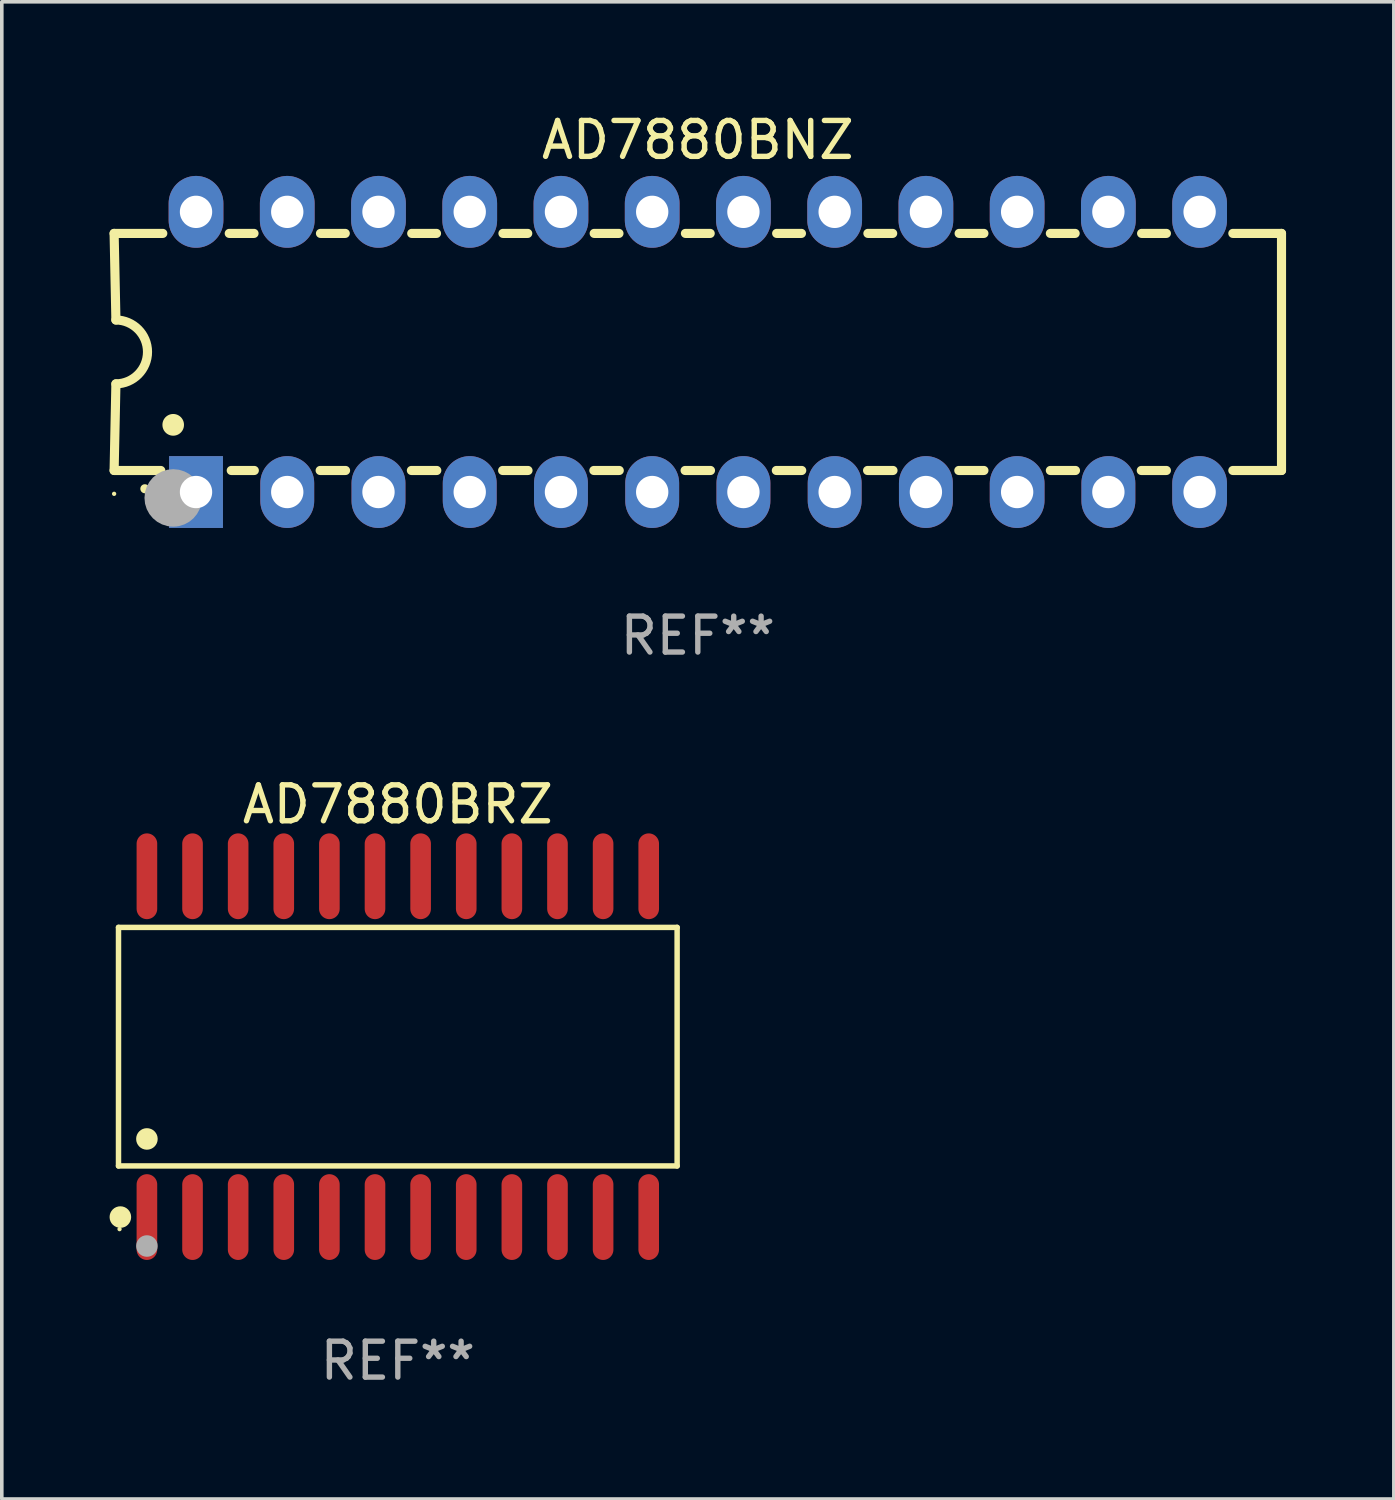
<source format=kicad_pcb>
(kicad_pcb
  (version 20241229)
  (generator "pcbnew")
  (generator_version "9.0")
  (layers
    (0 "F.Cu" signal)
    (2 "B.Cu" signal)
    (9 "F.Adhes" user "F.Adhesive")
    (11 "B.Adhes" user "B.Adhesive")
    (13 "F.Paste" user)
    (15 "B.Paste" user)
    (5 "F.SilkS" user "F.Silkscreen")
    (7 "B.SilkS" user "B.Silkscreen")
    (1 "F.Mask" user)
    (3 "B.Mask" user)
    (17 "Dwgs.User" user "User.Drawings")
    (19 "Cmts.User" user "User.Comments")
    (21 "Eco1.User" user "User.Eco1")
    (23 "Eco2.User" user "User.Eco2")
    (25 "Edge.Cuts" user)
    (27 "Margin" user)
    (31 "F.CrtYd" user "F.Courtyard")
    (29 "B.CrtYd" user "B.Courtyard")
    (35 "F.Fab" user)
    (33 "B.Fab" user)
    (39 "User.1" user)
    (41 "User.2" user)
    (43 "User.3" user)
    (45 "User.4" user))
  (footprint "AD7880BRZ"
    (layer "F.Cu")
    (at 8.025 26.089)
    (property "Reference" "AD7880BRZ" (at 0 -6.744 0) (layer "F.SilkS") (effects (font (size 1 1) (thickness 0.15))))
    (attr through_hole)
    (fp_line (start -7.776 -3.321) (end 7.776 -3.321) (stroke (width 0.152) (type solid)) (layer "F.SilkS"))
    (fp_line (start -7.776 3.321) (end -7.776 -3.321) (stroke (width 0.152) (type solid)) (layer "F.SilkS"))
    (fp_line (start 7.776 -3.321) (end 7.776 3.321) (stroke (width 0.152) (type solid)) (layer "F.SilkS"))
    (fp_line (start 7.776 3.321) (end -7.776 3.321) (stroke (width 0.152) (type solid)) (layer "F.SilkS"))
    (fp_circle (center -7.747 5.08) (end -7.717 5.08) (stroke (width 0.06) (type solid)) (fill no) (layer "F.SilkS"))
    (fp_circle (center -7.724 4.744) (end -7.574 4.744) (stroke (width 0.3) (type solid)) (fill no) (layer "F.SilkS"))
    (fp_circle (center -6.985 2.569) (end -6.835 2.569) (stroke (width 0.3) (type solid)) (fill no) (layer "F.SilkS"))
    (fp_circle (center -6.985 5.55) (end -6.835 5.55) (stroke (width 0.3) (type solid)) (fill no) (layer "F.Fab"))
    (fp_text user "REF**" (at 0 8.744 0) (layer "F.Fab") (effects (font (size 1 1) (thickness 0.15))))
    (pad "1" smd oval (at -6.985 4.744) (size 0.574 2.388) (layers "F.Cu" "F.Mask" "F.Paste"))
    (pad "2" smd oval (at -5.715 4.744) (size 0.574 2.388) (layers "F.Cu" "F.Mask" "F.Paste"))
    (pad "3" smd oval (at -4.445 4.744) (size 0.574 2.388) (layers "F.Cu" "F.Mask" "F.Paste"))
    (pad "4" smd oval (at -3.175 4.744) (size 0.574 2.388) (layers "F.Cu" "F.Mask" "F.Paste"))
    (pad "5" smd oval (at -1.905 4.744) (size 0.574 2.388) (layers "F.Cu" "F.Mask" "F.Paste"))
    (pad "6" smd oval (at -0.635 4.744) (size 0.574 2.388) (layers "F.Cu" "F.Mask" "F.Paste"))
    (pad "7" smd oval (at 0.635 4.744) (size 0.574 2.388) (layers "F.Cu" "F.Mask" "F.Paste"))
    (pad "8" smd oval (at 1.905 4.744) (size 0.574 2.388) (layers "F.Cu" "F.Mask" "F.Paste"))
    (pad "9" smd oval (at 3.175 4.744) (size 0.574 2.388) (layers "F.Cu" "F.Mask" "F.Paste"))
    (pad "10" smd oval (at 4.445 4.744) (size 0.574 2.388) (layers "F.Cu" "F.Mask" "F.Paste"))
    (pad "11" smd oval (at 5.715 4.744) (size 0.574 2.388) (layers "F.Cu" "F.Mask" "F.Paste"))
    (pad "12" smd oval (at 6.985 4.744) (size 0.574 2.388) (layers "F.Cu" "F.Mask" "F.Paste"))
    (pad "13" smd oval (at 6.985 -4.744) (size 0.574 2.388) (layers "F.Cu" "F.Mask" "F.Paste"))
    (pad "14" smd oval (at 5.715 -4.744) (size 0.574 2.388) (layers "F.Cu" "F.Mask" "F.Paste"))
    (pad "15" smd oval (at 4.445 -4.744) (size 0.574 2.388) (layers "F.Cu" "F.Mask" "F.Paste"))
    (pad "16" smd oval (at 3.175 -4.744) (size 0.574 2.388) (layers "F.Cu" "F.Mask" "F.Paste"))
    (pad "17" smd oval (at 1.905 -4.744) (size 0.574 2.388) (layers "F.Cu" "F.Mask" "F.Paste"))
    (pad "18" smd oval (at 0.635 -4.744) (size 0.574 2.388) (layers "F.Cu" "F.Mask" "F.Paste"))
    (pad "19" smd oval (at -0.635 -4.744) (size 0.574 2.388) (layers "F.Cu" "F.Mask" "F.Paste"))
    (pad "20" smd oval (at -1.905 -4.744) (size 0.574 2.388) (layers "F.Cu" "F.Mask" "F.Paste"))
    (pad "21" smd oval (at -3.175 -4.744) (size 0.574 2.388) (layers "F.Cu" "F.Mask" "F.Paste"))
    (pad "22" smd oval (at -4.445 -4.744) (size 0.574 2.388) (layers "F.Cu" "F.Mask" "F.Paste"))
    (pad "23" smd oval (at -5.715 -4.744) (size 0.574 2.388) (layers "F.Cu" "F.Mask" "F.Paste"))
    (pad "24" smd oval (at -6.985 -4.744) (size 0.574 2.388) (layers "F.Cu" "F.Mask" "F.Paste")))
  (footprint "AD7880BNZ"
    (layer "F.Cu")
    (at 16.377 6.748)
    (property "Reference" "AD7880BNZ" (at 0 -5.9 0) (layer "F.SilkS") (effects (font (size 1 1) (thickness 0.15))))
    (attr through_hole)
    (fp_line (start -16.25 -3.3) (end -16.2 -0.889) (stroke (width 0.254) (type solid)) (layer "F.SilkS"))
    (fp_line (start -16.25 -3.3) (end -14.895 -3.3) (stroke (width 0.254) (type solid)) (layer "F.SilkS"))
    (fp_line (start -16.25 3.3) (end -16.2 0.889) (stroke (width 0.254) (type solid)) (layer "F.SilkS"))
    (fp_line (start -16.25 3.3) (end -14.951 3.3) (stroke (width 0.254) (type solid)) (layer "F.SilkS"))
    (fp_line (start -13.045 -3.3) (end -12.355 -3.3) (stroke (width 0.254) (type solid)) (layer "F.SilkS"))
    (fp_line (start -12.989 3.3) (end -12.347 3.3) (stroke (width 0.254) (type solid)) (layer "F.SilkS"))
    (fp_line (start -10.514 3.3) (end -9.807 3.3) (stroke (width 0.254) (type solid)) (layer "F.SilkS"))
    (fp_line (start -10.505 -3.3) (end -9.815 -3.3) (stroke (width 0.254) (type solid)) (layer "F.SilkS"))
    (fp_line (start -7.974 3.3) (end -7.267 3.3) (stroke (width 0.254) (type solid)) (layer "F.SilkS"))
    (fp_line (start -7.965 -3.3) (end -7.275 -3.3) (stroke (width 0.254) (type solid)) (layer "F.SilkS"))
    (fp_line (start -5.434 3.3) (end -4.727 3.3) (stroke (width 0.254) (type solid)) (layer "F.SilkS"))
    (fp_line (start -5.425 -3.3) (end -4.735 -3.3) (stroke (width 0.254) (type solid)) (layer "F.SilkS"))
    (fp_line (start -2.894 3.3) (end -2.187 3.3) (stroke (width 0.254) (type solid)) (layer "F.SilkS"))
    (fp_line (start -2.885 -3.3) (end -2.195 -3.3) (stroke (width 0.254) (type solid)) (layer "F.SilkS"))
    (fp_line (start -0.354 3.3) (end 0.353 3.3) (stroke (width 0.254) (type solid)) (layer "F.SilkS"))
    (fp_line (start -0.345 -3.3) (end 0.345 -3.3) (stroke (width 0.254) (type solid)) (layer "F.SilkS"))
    (fp_line (start 2.186 3.3) (end 2.893 3.3) (stroke (width 0.254) (type solid)) (layer "F.SilkS"))
    (fp_line (start 2.195 -3.3) (end 2.885 -3.3) (stroke (width 0.254) (type solid)) (layer "F.SilkS"))
    (fp_line (start 4.726 3.3) (end 5.434 3.3) (stroke (width 0.254) (type solid)) (layer "F.SilkS"))
    (fp_line (start 4.735 -3.3) (end 5.425 -3.3) (stroke (width 0.254) (type solid)) (layer "F.SilkS"))
    (fp_line (start 7.266 3.3) (end 7.965 3.3) (stroke (width 0.254) (type solid)) (layer "F.SilkS"))
    (fp_line (start 7.275 -3.3) (end 7.965 -3.3) (stroke (width 0.254) (type solid)) (layer "F.SilkS"))
    (fp_line (start 9.815 -3.3) (end 10.505 -3.3) (stroke (width 0.254) (type solid)) (layer "F.SilkS"))
    (fp_line (start 9.815 3.3) (end 10.514 3.3) (stroke (width 0.254) (type solid)) (layer "F.SilkS"))
    (fp_line (start 12.346 3.3) (end 13.045 3.3) (stroke (width 0.254) (type solid)) (layer "F.SilkS"))
    (fp_line (start 12.355 -3.3) (end 13.045 -3.3) (stroke (width 0.254) (type solid)) (layer "F.SilkS"))
    (fp_line (start 16.25 -3.3) (end 14.895 -3.3) (stroke (width 0.254) (type solid)) (layer "F.SilkS"))
    (fp_line (start 16.25 -3.3) (end 16.25 3.3) (stroke (width 0.254) (type solid)) (layer "F.SilkS"))
    (fp_line (start 16.25 3.3) (end 14.895 3.3) (stroke (width 0.254) (type solid)) (layer "F.SilkS"))
    (fp_arc (start -16.201016 -0.890146) (mid -15.311429 -0.001055) (end -16.200025 0.889027) (stroke (width 0.254001) (type solid)) (layer "F.SilkS"))
    (fp_arc (start -15.394971 3.810033) (mid -15.394978 3.808763) (end -15.394971 3.807493) (stroke (width 0.25) (type solid)) (layer "F.SilkS"))
    (fp_arc (start -14.605029 2.032029) (mid -14.60504 2.029489) (end -14.605029 2.026949) (stroke (width 0.6) (type solid)) (layer "F.SilkS"))
    (fp_circle (center -16.25 3.95) (end -16.22 3.95) (stroke (width 0.06) (type solid)) (fill no) (layer "F.SilkS"))
    (fp_circle (center -14.605 4.064) (end -14.205 4.064) (stroke (width 0.8) (type solid)) (fill no) (layer "F.Fab"))
    (fp_text user "REF**" (at 0 7.9 0) (layer "F.Fab") (effects (font (size 1 1) (thickness 0.15))))
    (pad "1" thru_hole rect (at -13.97 3.9 90) (size 2 1.5) (drill 0.9) (layers "*.Cu" "*.Mask"))
    (pad "2" thru_hole oval (at -11.43 3.9 90) (size 2 1.5) (drill 0.9) (layers "*.Cu" "*.Mask"))
    (pad "3" thru_hole oval (at -8.89 3.9 90) (size 2 1.5) (drill 0.9) (layers "*.Cu" "*.Mask"))
    (pad "4" thru_hole oval (at -6.35 3.9 90) (size 2 1.5) (drill 0.9) (layers "*.Cu" "*.Mask"))
    (pad "5" thru_hole oval (at -3.81 3.9 90) (size 2 1.5) (drill 0.9) (layers "*.Cu" "*.Mask"))
    (pad "6" thru_hole oval (at -1.27 3.9 90) (size 2 1.5) (drill 0.9) (layers "*.Cu" "*.Mask"))
    (pad "7" thru_hole oval (at 1.27 3.9 90) (size 2 1.5) (drill 0.9) (layers "*.Cu" "*.Mask"))
    (pad "8" thru_hole oval (at 3.81 3.9 90) (size 2 1.5) (drill 0.9) (layers "*.Cu" "*.Mask"))
    (pad "9" thru_hole oval (at 6.35 3.9 90) (size 2 1.5) (drill 0.9) (layers "*.Cu" "*.Mask"))
    (pad "10" thru_hole oval (at 8.89 3.9 90) (size 2 1.524) (drill 0.9) (layers "*.Cu" "*.Mask"))
    (pad "11" thru_hole oval (at 11.43 3.9 90) (size 2 1.5) (drill 0.9) (layers "*.Cu" "*.Mask"))
    (pad "12" thru_hole oval (at 13.97 3.9 90) (size 2 1.524) (drill 0.9) (layers "*.Cu" "*.Mask"))
    (pad "13" thru_hole oval (at 13.97 -3.9 90) (size 2 1.524) (drill 0.9) (layers "*.Cu" "*.Mask"))
    (pad "14" thru_hole oval (at 11.43 -3.9 90) (size 2 1.524) (drill 0.9) (layers "*.Cu" "*.Mask"))
    (pad "15" thru_hole oval (at 8.89 -3.9 90) (size 2 1.524) (drill 0.9) (layers "*.Cu" "*.Mask"))
    (pad "16" thru_hole oval (at 6.35 -3.9 90) (size 2 1.524) (drill 0.9) (layers "*.Cu" "*.Mask"))
    (pad "17" thru_hole oval (at 3.81 -3.9 90) (size 2 1.524) (drill 0.9) (layers "*.Cu" "*.Mask"))
    (pad "18" thru_hole oval (at 1.27 -3.9 90) (size 2 1.524) (drill 0.9) (layers "*.Cu" "*.Mask"))
    (pad "19" thru_hole oval (at -1.27 -3.9 90) (size 2 1.524) (drill 0.9) (layers "*.Cu" "*.Mask"))
    (pad "20" thru_hole oval (at -3.81 -3.9 90) (size 2 1.524) (drill 0.9) (layers "*.Cu" "*.Mask"))
    (pad "21" thru_hole oval (at -6.35 -3.9 90) (size 2 1.524) (drill 0.9) (layers "*.Cu" "*.Mask"))
    (pad "22" thru_hole oval (at -8.89 -3.9 90) (size 2 1.524) (drill 0.9) (layers "*.Cu" "*.Mask"))
    (pad "23" thru_hole oval (at -11.43 -3.9 90) (size 2 1.524) (drill 0.9) (layers "*.Cu" "*.Mask"))
    (pad "24" thru_hole oval (at -13.97 -3.9 90) (size 2 1.524) (drill 0.9) (layers "*.Cu" "*.Mask")))
  (gr_rect
    (start -3 -3)
    (end 35.754 38.681)
    (stroke (width 0.1) (type default))
    (fill no)
    (layer "Edge.Cuts")))
</source>
